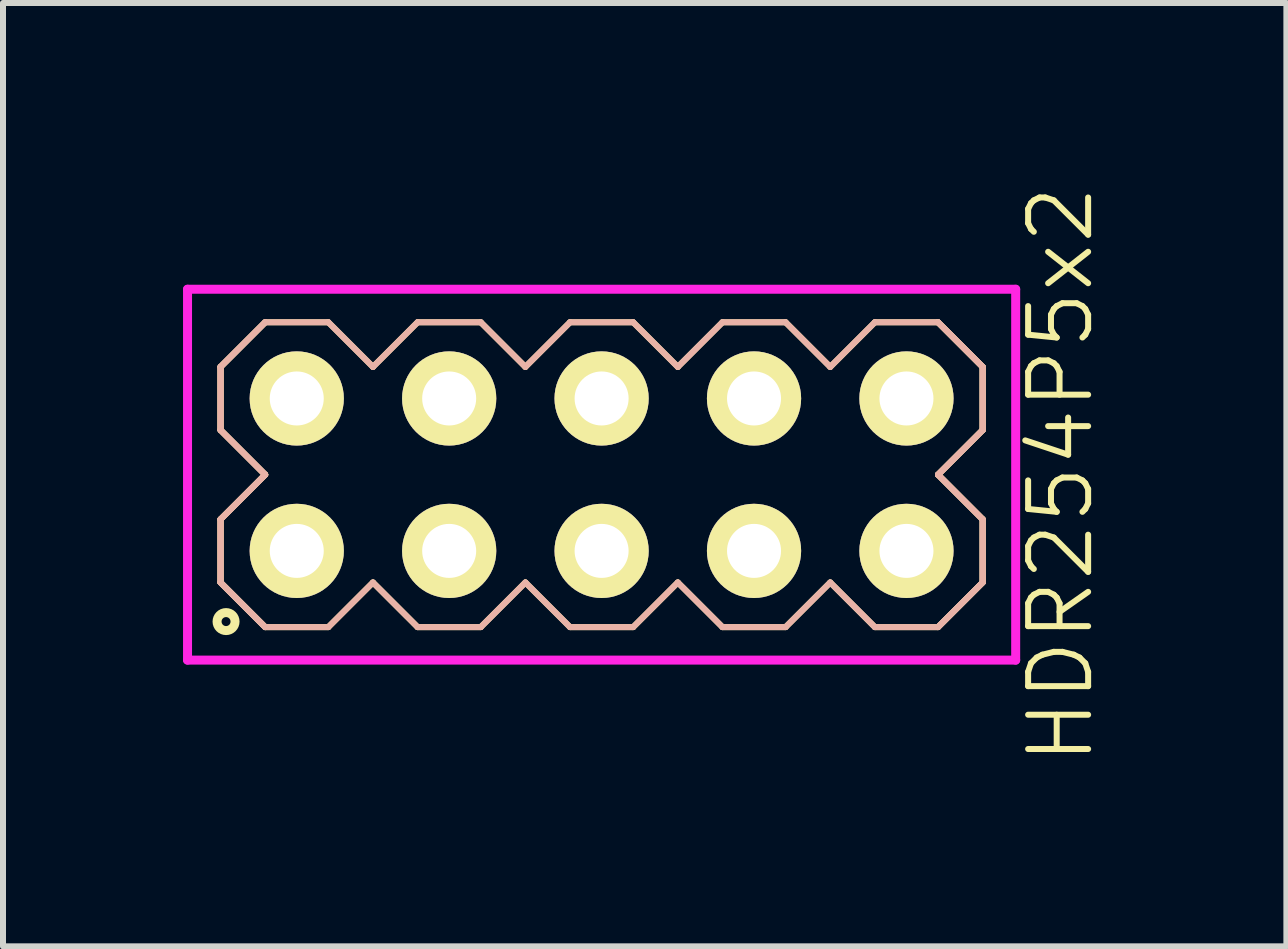
<source format=kicad_pcb>
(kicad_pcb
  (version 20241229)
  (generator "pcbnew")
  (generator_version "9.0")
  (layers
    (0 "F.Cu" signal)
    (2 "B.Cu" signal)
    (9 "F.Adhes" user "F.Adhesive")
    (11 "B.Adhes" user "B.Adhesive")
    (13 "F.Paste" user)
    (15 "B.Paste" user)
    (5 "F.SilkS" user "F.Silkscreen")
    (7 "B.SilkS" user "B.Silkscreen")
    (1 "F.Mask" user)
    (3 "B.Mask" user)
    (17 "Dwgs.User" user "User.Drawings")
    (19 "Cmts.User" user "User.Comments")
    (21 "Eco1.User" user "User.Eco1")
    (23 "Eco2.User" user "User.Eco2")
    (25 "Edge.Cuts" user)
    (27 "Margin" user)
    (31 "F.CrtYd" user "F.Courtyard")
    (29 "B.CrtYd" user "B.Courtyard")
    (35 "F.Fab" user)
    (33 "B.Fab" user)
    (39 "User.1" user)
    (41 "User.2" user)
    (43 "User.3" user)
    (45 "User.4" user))
  (footprint "HDR254P5x2"
    (layer "F.Cu")
    (at 6.975 4.86)
    (property "Reference" "HDR254P5x2" (at 7.65 0 90) (layer "F.SilkS") (effects (font (size 1 1) (thickness 0.1))))
    (attr through_hole)
    (fp_line (start -6.35 -1.796) (end -5.606 -2.54) (stroke (width 0.1) (type solid)) (layer "F.SilkS"))
    (fp_line (start -6.35 -1.796) (end -5.606 -2.54) (stroke (width 0.1) (type solid)) (layer "F.SilkS"))
    (fp_line (start -6.35 -0.744) (end -6.35 -1.796) (stroke (width 0.1) (type solid)) (layer "F.SilkS"))
    (fp_line (start -6.35 -0.744) (end -6.35 -1.796) (stroke (width 0.1) (type solid)) (layer "F.SilkS"))
    (fp_line (start -6.35 0.744) (end -5.606 0) (stroke (width 0.1) (type solid)) (layer "F.SilkS"))
    (fp_line (start -6.35 0.744) (end -5.606 0) (stroke (width 0.1) (type solid)) (layer "F.SilkS"))
    (fp_line (start -6.35 1.796) (end -6.35 0.744) (stroke (width 0.1) (type solid)) (layer "F.SilkS"))
    (fp_line (start -6.35 1.796) (end -6.35 0.744) (stroke (width 0.1) (type solid)) (layer "F.SilkS"))
    (fp_line (start -5.606 -2.54) (end -4.554 -2.54) (stroke (width 0.1) (type solid)) (layer "F.SilkS"))
    (fp_line (start -5.606 0) (end -6.35 -0.744) (stroke (width 0.1) (type solid)) (layer "F.SilkS"))
    (fp_line (start -5.606 0) (end -6.35 -0.744) (stroke (width 0.1) (type solid)) (layer "F.SilkS"))
    (fp_line (start -5.606 2.54) (end -6.35 1.796) (stroke (width 0.1) (type solid)) (layer "F.SilkS"))
    (fp_line (start -5.606 2.54) (end -6.35 1.796) (stroke (width 0.1) (type solid)) (layer "F.SilkS"))
    (fp_line (start -4.554 -2.54) (end -3.81 -1.796) (stroke (width 0.1) (type solid)) (layer "F.SilkS"))
    (fp_line (start -4.554 2.54) (end -5.606 2.54) (stroke (width 0.1) (type solid)) (layer "F.SilkS"))
    (fp_line (start -3.81 -1.796) (end -3.066 -2.54) (stroke (width 0.1) (type solid)) (layer "F.SilkS"))
    (fp_line (start -3.81 1.796) (end -4.554 2.54) (stroke (width 0.1) (type solid)) (layer "F.SilkS"))
    (fp_line (start -3.066 -2.54) (end -2.014 -2.54) (stroke (width 0.1) (type solid)) (layer "F.SilkS"))
    (fp_line (start -3.066 2.54) (end -3.81 1.796) (stroke (width 0.1) (type solid)) (layer "F.SilkS"))
    (fp_line (start -2.014 -2.54) (end -1.27 -1.796) (stroke (width 0.1) (type solid)) (layer "F.SilkS"))
    (fp_line (start -2.014 2.54) (end -3.066 2.54) (stroke (width 0.1) (type solid)) (layer "F.SilkS"))
    (fp_line (start -1.27 -1.796) (end -0.526 -2.54) (stroke (width 0.1) (type solid)) (layer "F.SilkS"))
    (fp_line (start -1.27 1.796) (end -2.014 2.54) (stroke (width 0.1) (type solid)) (layer "F.SilkS"))
    (fp_line (start -0.526 -2.54) (end 0.526 -2.54) (stroke (width 0.1) (type solid)) (layer "F.SilkS"))
    (fp_line (start -0.526 2.54) (end -1.27 1.796) (stroke (width 0.1) (type solid)) (layer "F.SilkS"))
    (fp_line (start 0.526 -2.54) (end 1.27 -1.796) (stroke (width 0.1) (type solid)) (layer "F.SilkS"))
    (fp_line (start 0.526 2.54) (end -0.526 2.54) (stroke (width 0.1) (type solid)) (layer "F.SilkS"))
    (fp_line (start 1.27 -1.796) (end 2.014 -2.54) (stroke (width 0.1) (type solid)) (layer "F.SilkS"))
    (fp_line (start 1.27 1.796) (end 0.526 2.54) (stroke (width 0.1) (type solid)) (layer "F.SilkS"))
    (fp_line (start 2.014 -2.54) (end 3.066 -2.54) (stroke (width 0.1) (type solid)) (layer "F.SilkS"))
    (fp_line (start 2.014 2.54) (end 1.27 1.796) (stroke (width 0.1) (type solid)) (layer "F.SilkS"))
    (fp_line (start 3.066 -2.54) (end 3.81 -1.796) (stroke (width 0.1) (type solid)) (layer "F.SilkS"))
    (fp_line (start 3.066 2.54) (end 2.014 2.54) (stroke (width 0.1) (type solid)) (layer "F.SilkS"))
    (fp_line (start 3.81 -1.796) (end 4.554 -2.54) (stroke (width 0.1) (type solid)) (layer "F.SilkS"))
    (fp_line (start 3.81 1.796) (end 3.066 2.54) (stroke (width 0.1) (type solid)) (layer "F.SilkS"))
    (fp_line (start 4.554 -2.54) (end 5.606 -2.54) (stroke (width 0.1) (type solid)) (layer "F.SilkS"))
    (fp_line (start 4.554 2.54) (end 3.81 1.796) (stroke (width 0.1) (type solid)) (layer "F.SilkS"))
    (fp_line (start 5.606 -2.54) (end 6.35 -1.796) (stroke (width 0.1) (type solid)) (layer "F.SilkS"))
    (fp_line (start 5.606 -2.54) (end 6.35 -1.796) (stroke (width 0.1) (type solid)) (layer "F.SilkS"))
    (fp_line (start 5.606 0) (end 6.35 0.744) (stroke (width 0.1) (type solid)) (layer "F.SilkS"))
    (fp_line (start 5.606 0) (end 6.35 0.744) (stroke (width 0.1) (type solid)) (layer "F.SilkS"))
    (fp_line (start 5.606 2.54) (end 4.554 2.54) (stroke (width 0.1) (type solid)) (layer "F.SilkS"))
    (fp_line (start 6.35 -1.796) (end 6.35 -0.744) (stroke (width 0.1) (type solid)) (layer "F.SilkS"))
    (fp_line (start 6.35 -1.796) (end 6.35 -0.744) (stroke (width 0.1) (type solid)) (layer "F.SilkS"))
    (fp_line (start 6.35 -0.744) (end 5.606 0) (stroke (width 0.1) (type solid)) (layer "F.SilkS"))
    (fp_line (start 6.35 -0.744) (end 5.606 0) (stroke (width 0.1) (type solid)) (layer "F.SilkS"))
    (fp_line (start 6.35 0.744) (end 6.35 1.796) (stroke (width 0.1) (type solid)) (layer "F.SilkS"))
    (fp_line (start 6.35 0.744) (end 6.35 1.796) (stroke (width 0.1) (type solid)) (layer "F.SilkS"))
    (fp_line (start 6.35 1.796) (end 5.606 2.54) (stroke (width 0.1) (type solid)) (layer "F.SilkS"))
    (fp_line (start 6.35 1.796) (end 5.606 2.54) (stroke (width 0.1) (type solid)) (layer "F.SilkS"))
    (fp_circle (center -6.258 2.448) (end -6.108 2.448) (stroke (width 0.15) (type solid)) (fill no) (layer "F.SilkS"))
    (fp_line (start -6.35 -1.796) (end -5.606 -2.54) (stroke (width 0.1) (type solid)) (layer "B.SilkS"))
    (fp_line (start -6.35 -1.796) (end -5.606 -2.54) (stroke (width 0.1) (type solid)) (layer "B.SilkS"))
    (fp_line (start -6.35 -0.744) (end -6.35 -1.796) (stroke (width 0.1) (type solid)) (layer "B.SilkS"))
    (fp_line (start -6.35 -0.744) (end -6.35 -1.796) (stroke (width 0.1) (type solid)) (layer "B.SilkS"))
    (fp_line (start -6.35 0.744) (end -5.606 0) (stroke (width 0.1) (type solid)) (layer "B.SilkS"))
    (fp_line (start -6.35 0.744) (end -5.606 0) (stroke (width 0.1) (type solid)) (layer "B.SilkS"))
    (fp_line (start -6.35 1.796) (end -6.35 0.744) (stroke (width 0.1) (type solid)) (layer "B.SilkS"))
    (fp_line (start -6.35 1.796) (end -6.35 0.744) (stroke (width 0.1) (type solid)) (layer "B.SilkS"))
    (fp_line (start -5.606 -2.54) (end -4.554 -2.54) (stroke (width 0.1) (type solid)) (layer "B.SilkS"))
    (fp_line (start -5.606 0) (end -6.35 -0.744) (stroke (width 0.1) (type solid)) (layer "B.SilkS"))
    (fp_line (start -5.606 0) (end -6.35 -0.744) (stroke (width 0.1) (type solid)) (layer "B.SilkS"))
    (fp_line (start -5.606 2.54) (end -6.35 1.796) (stroke (width 0.1) (type solid)) (layer "B.SilkS"))
    (fp_line (start -5.606 2.54) (end -6.35 1.796) (stroke (width 0.1) (type solid)) (layer "B.SilkS"))
    (fp_line (start -4.554 -2.54) (end -3.81 -1.796) (stroke (width 0.1) (type solid)) (layer "B.SilkS"))
    (fp_line (start -4.554 2.54) (end -5.606 2.54) (stroke (width 0.1) (type solid)) (layer "B.SilkS"))
    (fp_line (start -3.81 -1.796) (end -3.066 -2.54) (stroke (width 0.1) (type solid)) (layer "B.SilkS"))
    (fp_line (start -3.81 1.796) (end -4.554 2.54) (stroke (width 0.1) (type solid)) (layer "B.SilkS"))
    (fp_line (start -3.066 -2.54) (end -2.014 -2.54) (stroke (width 0.1) (type solid)) (layer "B.SilkS"))
    (fp_line (start -3.066 2.54) (end -3.81 1.796) (stroke (width 0.1) (type solid)) (layer "B.SilkS"))
    (fp_line (start -2.014 -2.54) (end -1.27 -1.796) (stroke (width 0.1) (type solid)) (layer "B.SilkS"))
    (fp_line (start -2.014 2.54) (end -3.066 2.54) (stroke (width 0.1) (type solid)) (layer "B.SilkS"))
    (fp_line (start -1.27 -1.796) (end -0.526 -2.54) (stroke (width 0.1) (type solid)) (layer "B.SilkS"))
    (fp_line (start -1.27 1.796) (end -2.014 2.54) (stroke (width 0.1) (type solid)) (layer "B.SilkS"))
    (fp_line (start -0.526 -2.54) (end 0.526 -2.54) (stroke (width 0.1) (type solid)) (layer "B.SilkS"))
    (fp_line (start -0.526 2.54) (end -1.27 1.796) (stroke (width 0.1) (type solid)) (layer "B.SilkS"))
    (fp_line (start 0.526 -2.54) (end 1.27 -1.796) (stroke (width 0.1) (type solid)) (layer "B.SilkS"))
    (fp_line (start 0.526 2.54) (end -0.526 2.54) (stroke (width 0.1) (type solid)) (layer "B.SilkS"))
    (fp_line (start 1.27 -1.796) (end 2.014 -2.54) (stroke (width 0.1) (type solid)) (layer "B.SilkS"))
    (fp_line (start 1.27 1.796) (end 0.526 2.54) (stroke (width 0.1) (type solid)) (layer "B.SilkS"))
    (fp_line (start 2.014 -2.54) (end 3.066 -2.54) (stroke (width 0.1) (type solid)) (layer "B.SilkS"))
    (fp_line (start 2.014 2.54) (end 1.27 1.796) (stroke (width 0.1) (type solid)) (layer "B.SilkS"))
    (fp_line (start 3.066 -2.54) (end 3.81 -1.796) (stroke (width 0.1) (type solid)) (layer "B.SilkS"))
    (fp_line (start 3.066 2.54) (end 2.014 2.54) (stroke (width 0.1) (type solid)) (layer "B.SilkS"))
    (fp_line (start 3.81 -1.796) (end 4.554 -2.54) (stroke (width 0.1) (type solid)) (layer "B.SilkS"))
    (fp_line (start 3.81 1.796) (end 3.066 2.54) (stroke (width 0.1) (type solid)) (layer "B.SilkS"))
    (fp_line (start 4.554 -2.54) (end 5.606 -2.54) (stroke (width 0.1) (type solid)) (layer "B.SilkS"))
    (fp_line (start 4.554 2.54) (end 3.81 1.796) (stroke (width 0.1) (type solid)) (layer "B.SilkS"))
    (fp_line (start 5.606 -2.54) (end 6.35 -1.796) (stroke (width 0.1) (type solid)) (layer "B.SilkS"))
    (fp_line (start 5.606 -2.54) (end 6.35 -1.796) (stroke (width 0.1) (type solid)) (layer "B.SilkS"))
    (fp_line (start 5.606 0) (end 6.35 0.744) (stroke (width 0.1) (type solid)) (layer "B.SilkS"))
    (fp_line (start 5.606 0) (end 6.35 0.744) (stroke (width 0.1) (type solid)) (layer "B.SilkS"))
    (fp_line (start 5.606 2.54) (end 4.554 2.54) (stroke (width 0.1) (type solid)) (layer "B.SilkS"))
    (fp_line (start 6.35 -1.796) (end 6.35 -0.744) (stroke (width 0.1) (type solid)) (layer "B.SilkS"))
    (fp_line (start 6.35 -1.796) (end 6.35 -0.744) (stroke (width 0.1) (type solid)) (layer "B.SilkS"))
    (fp_line (start 6.35 -0.744) (end 5.606 0) (stroke (width 0.1) (type solid)) (layer "B.SilkS"))
    (fp_line (start 6.35 -0.744) (end 5.606 0) (stroke (width 0.1) (type solid)) (layer "B.SilkS"))
    (fp_line (start 6.35 0.744) (end 6.35 1.796) (stroke (width 0.1) (type solid)) (layer "B.SilkS"))
    (fp_line (start 6.35 0.744) (end 6.35 1.796) (stroke (width 0.1) (type solid)) (layer "B.SilkS"))
    (fp_line (start 6.35 1.796) (end 5.606 2.54) (stroke (width 0.1) (type solid)) (layer "B.SilkS"))
    (fp_line (start 6.35 1.796) (end 5.606 2.54) (stroke (width 0.1) (type solid)) (layer "B.SilkS"))
    (fp_line (start -6.9 -3.09) (end -6.9 3.09) (stroke (width 0.15) (type solid)) (layer "F.CrtYd"))
    (fp_line (start -6.9 3.09) (end 6.9 3.09) (stroke (width 0.15) (type solid)) (layer "F.CrtYd"))
    (fp_line (start 6.9 -3.09) (end -6.9 -3.09) (stroke (width 0.15) (type solid)) (layer "F.CrtYd"))
    (fp_line (start 6.9 3.09) (end 6.9 -3.09) (stroke (width 0.15) (type solid)) (layer "F.CrtYd"))
    (pad "1" thru_hole oval (at -5.08 1.27) (size 1.57 1.57) (drill 0.9) (layers "*.Cu" "*.Mask" "F.SilkS"))
    (pad "2" thru_hole oval (at -5.08 -1.27) (size 1.57 1.57) (drill 0.9) (layers "*.Cu" "*.Mask" "F.SilkS"))
    (pad "3" thru_hole oval (at -2.54 1.27) (size 1.57 1.57) (drill 0.9) (layers "*.Cu" "*.Mask" "F.SilkS"))
    (pad "4" thru_hole oval (at -2.54 -1.27) (size 1.57 1.57) (drill 0.9) (layers "*.Cu" "*.Mask" "F.SilkS"))
    (pad "5" thru_hole oval (at 0 1.27) (size 1.57 1.57) (drill 0.9) (layers "*.Cu" "*.Mask" "F.SilkS"))
    (pad "6" thru_hole oval (at 0 -1.27) (size 1.57 1.57) (drill 0.9) (layers "*.Cu" "*.Mask" "F.SilkS"))
    (pad "7" thru_hole oval (at 2.54 1.27) (size 1.57 1.57) (drill 0.9) (layers "*.Cu" "*.Mask" "F.SilkS"))
    (pad "8" thru_hole oval (at 2.54 -1.27) (size 1.57 1.57) (drill 0.9) (layers "*.Cu" "*.Mask" "F.SilkS"))
    (pad "9" thru_hole oval (at 5.08 1.27) (size 1.57 1.57) (drill 0.9) (layers "*.Cu" "*.Mask" "F.SilkS"))
    (pad "10" thru_hole oval (at 5.08 -1.27) (size 1.57 1.57) (drill 0.9) (layers "*.Cu" "*.Mask" "F.SilkS")))
  (gr_rect
    (start -3 -3)
    (end 18.386 12.719)
    (stroke (width 0.1) (type default))
    (fill no)
    (layer "Edge.Cuts")))
</source>
